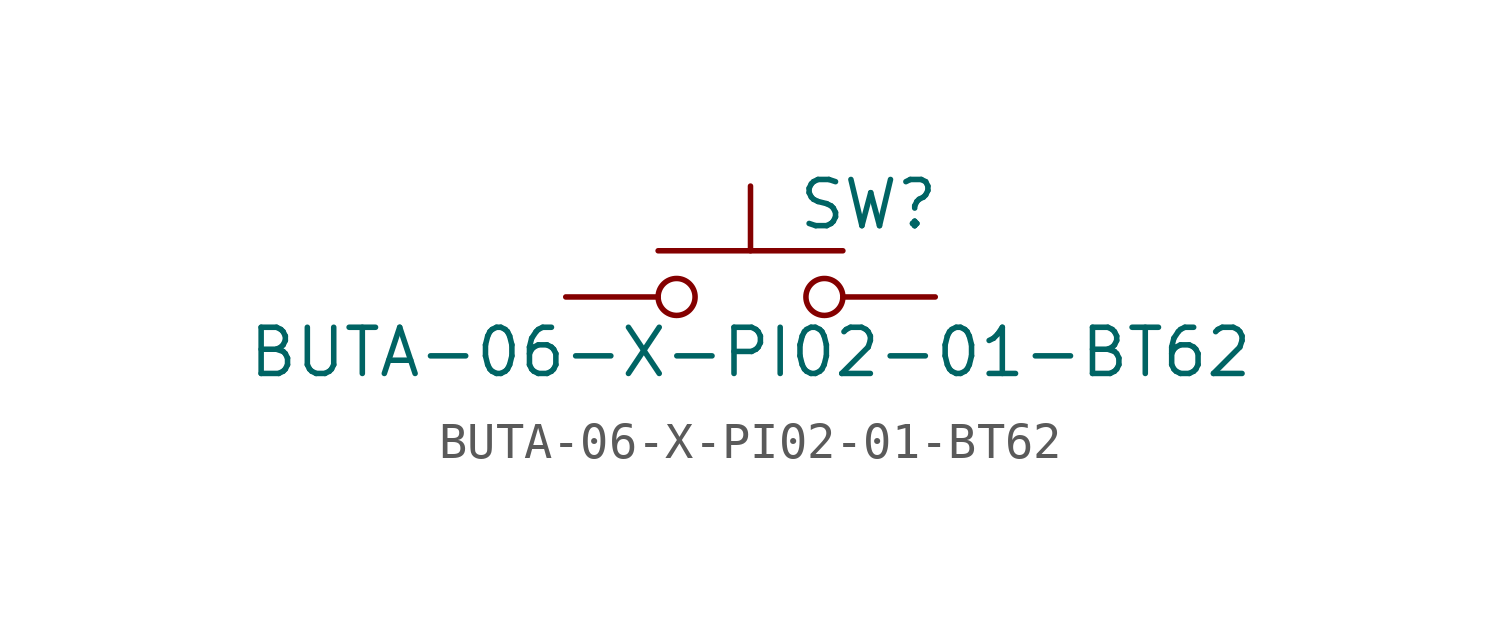
<source format=kicad_sym>
(kicad_symbol_lib
  (version 20211014)
  (generator kicad_symbol_editor)
  (symbol "BUTA-06-X-PI02-01-BT62"
    (pin_numbers hide)
    (pin_names
      (offset 1.016) hide)
    (property "Reference" "SW"
      (at 1.27 2.54 0)
      (effects (font (size 1.27 1.27)) (justify left)))
    (property "Value" "BUTA-06-X-PI02-01-BT62"
      (at 0 -1.524 0)
      (effects (font (size 1.27 1.27))))
    (symbol "BUTA-06-X-PI02-01-BT62_0_1"
      (circle (center -2.032 0) (radius 0.508) (stroke (width 0) (type default) (color 0 0 0 0)) (fill (type none)))
      (polyline (pts (xy 0 1.27) (xy 0 3.048)) (stroke (width 0) (type default) (color 0 0 0 0)) (fill (type none)))
      (polyline (pts (xy 2.54 1.27) (xy -2.54 1.27)) (stroke (width 0) (type default) (color 0 0 0 0)) (fill (type none)))
      (circle (center 2.032 0) (radius 0.508) (stroke (width 0) (type default) (color 0 0 0 0)) (fill (type none)))
      (pin passive line (at -5.08 0 0) (length 2.54) (name "1" (effects (font (size 1.27 1.27)))) (number "1" (effects (font (size 1.27 1.27)))))
      (pin passive line (at 5.08 0 180) (length 2.54) (name "2" (effects (font (size 1.27 1.27)))) (number "2" (effects (font (size 1.27 1.27))))))))
</source>
